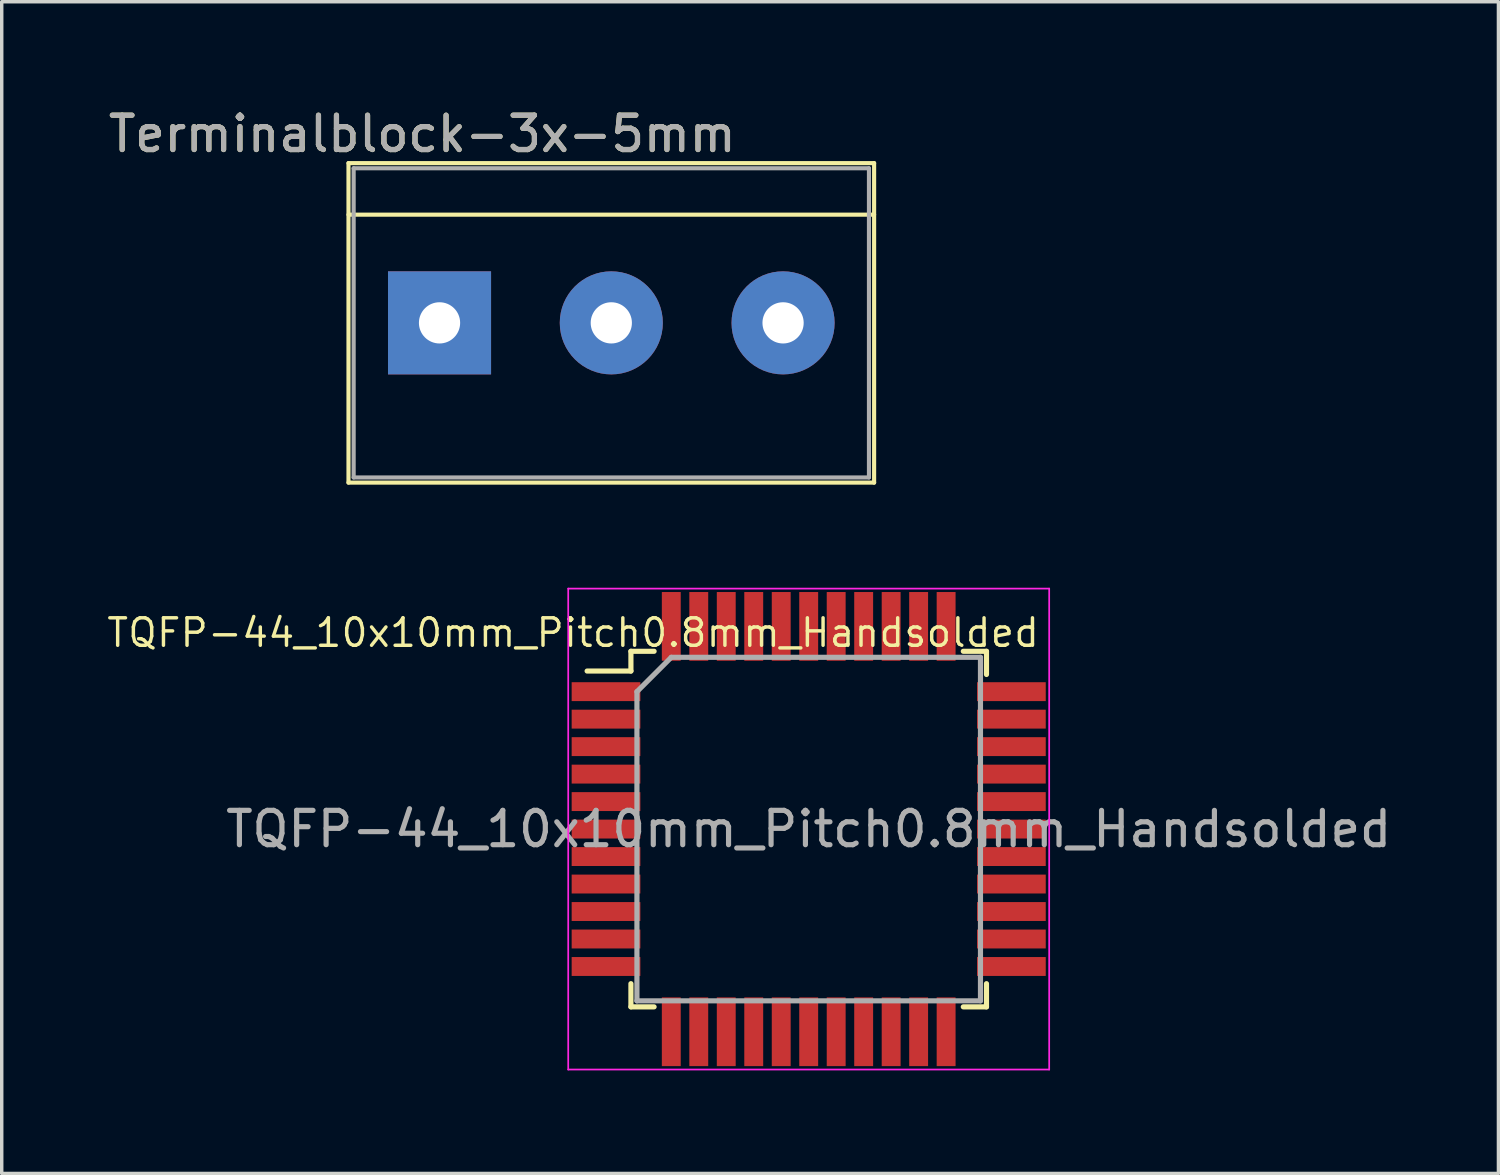
<source format=kicad_pcb>
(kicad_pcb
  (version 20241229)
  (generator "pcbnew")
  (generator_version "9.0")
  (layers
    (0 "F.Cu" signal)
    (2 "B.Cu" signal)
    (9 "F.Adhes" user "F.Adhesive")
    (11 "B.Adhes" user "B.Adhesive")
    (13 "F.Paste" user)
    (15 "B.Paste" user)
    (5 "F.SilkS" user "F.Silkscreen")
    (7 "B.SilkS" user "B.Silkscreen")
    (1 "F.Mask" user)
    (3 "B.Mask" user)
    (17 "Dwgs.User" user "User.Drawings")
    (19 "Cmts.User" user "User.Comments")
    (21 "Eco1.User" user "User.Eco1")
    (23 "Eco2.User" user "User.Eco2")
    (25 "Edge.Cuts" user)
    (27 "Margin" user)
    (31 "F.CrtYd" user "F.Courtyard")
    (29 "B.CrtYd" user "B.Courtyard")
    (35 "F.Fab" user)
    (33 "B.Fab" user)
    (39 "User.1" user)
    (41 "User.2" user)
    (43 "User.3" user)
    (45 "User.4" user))
  (footprint "Terminalblock-3x-5mm"
    (layer "F.Cu")
    (at 9.744 6.348)
    (property "Reference" "Terminalblock-3x-5mm" (at -0.5 -5.5 0) (layer "F.SilkS") (effects (font (size 1 1) (thickness 0.15))))
    (attr through_hole)
    (fp_line (start -2.65 -4.65) (end 12.65 -4.65) (stroke (width 0.12) (type solid)) (layer "F.SilkS"))
    (fp_line (start -2.65 -3.15) (end 12.65 -3.15) (stroke (width 0.12) (type solid)) (layer "F.SilkS"))
    (fp_line (start -2.65 4.65) (end -2.65 -4.65) (stroke (width 0.12) (type solid)) (layer "F.SilkS"))
    (fp_line (start 12.65 -4.65) (end 12.65 4.65) (stroke (width 0.12) (type solid)) (layer "F.SilkS"))
    (fp_line (start 12.65 4.65) (end -2.65 4.65) (stroke (width 0.12) (type solid)) (layer "F.SilkS"))
    (fp_line (start -2.5 -4.5) (end -2.5 4.5) (stroke (width 0.12) (type solid)) (layer "F.Fab"))
    (fp_line (start -2.5 4.5) (end 12.5 4.5) (stroke (width 0.12) (type solid)) (layer "F.Fab"))
    (fp_line (start 12.5 -4.5) (end -2.5 -4.5) (stroke (width 0.12) (type solid)) (layer "F.Fab"))
    (fp_line (start 12.5 4.5) (end 12.5 -4.5) (stroke (width 0.12) (type solid)) (layer "F.Fab"))
    (fp_text user "${REFERENCE}" (at -0.5 -5.5 0) (layer "F.Fab") (effects (font (size 1 1) (thickness 0.15))))
    (pad "1" thru_hole rect (at 0 0) (size 3 3) (drill 1.2) (layers "*.Cu" "*.Mask"))
    (pad "2" thru_hole circle (at 5 0) (size 3 3) (drill 1.2) (layers "*.Cu" "*.Mask"))
    (pad "3" thru_hole circle (at 10 0) (size 3 3) (drill 1.2) (layers "*.Cu" "*.Mask")))
  (footprint "TQFP-44_10x10mm_Pitch0.8mm_Handsolded"
    (layer "F.Cu")
    (at 20.49 21.083)
    (property "Reference" "TQFP-44_10x10mm_Pitch0.8mm_Handsolded" (at -6.858 -5.715 0) (layer "F.SilkS") (effects (font (size 0.8 0.8) (thickness 0.1))))
    (attr smd)
    (fp_line (start -5.175 -5.175) (end -5.175 -4.6) (stroke (width 0.15) (type solid)) (layer "F.SilkS"))
    (fp_line (start -5.175 -5.175) (end -4.5 -5.175) (stroke (width 0.15) (type solid)) (layer "F.SilkS"))
    (fp_line (start -5.175 -4.6) (end -6.45 -4.6) (stroke (width 0.15) (type solid)) (layer "F.SilkS"))
    (fp_line (start -5.175 5.175) (end -5.175 4.5) (stroke (width 0.15) (type solid)) (layer "F.SilkS"))
    (fp_line (start -5.175 5.175) (end -4.5 5.175) (stroke (width 0.15) (type solid)) (layer "F.SilkS"))
    (fp_line (start 5.175 -5.175) (end 4.5 -5.175) (stroke (width 0.15) (type solid)) (layer "F.SilkS"))
    (fp_line (start 5.175 -5.175) (end 5.175 -4.5) (stroke (width 0.15) (type solid)) (layer "F.SilkS"))
    (fp_line (start 5.175 5.175) (end 4.5 5.175) (stroke (width 0.15) (type solid)) (layer "F.SilkS"))
    (fp_line (start 5.175 5.175) (end 5.175 4.5) (stroke (width 0.15) (type solid)) (layer "F.SilkS"))
    (fp_line (start -7 -7) (end -7 7) (stroke (width 0.05) (type solid)) (layer "F.CrtYd"))
    (fp_line (start -7 -7) (end 7 -7) (stroke (width 0.05) (type solid)) (layer "F.CrtYd"))
    (fp_line (start -7 7) (end 7 7) (stroke (width 0.05) (type solid)) (layer "F.CrtYd"))
    (fp_line (start 7 -7) (end 7 7) (stroke (width 0.05) (type solid)) (layer "F.CrtYd"))
    (fp_line (start -5 -4) (end -4 -5) (stroke (width 0.15) (type solid)) (layer "F.Fab"))
    (fp_line (start -5 5) (end -5 -4) (stroke (width 0.15) (type solid)) (layer "F.Fab"))
    (fp_line (start -4 -5) (end 5 -5) (stroke (width 0.15) (type solid)) (layer "F.Fab"))
    (fp_line (start 5 -5) (end 5 5) (stroke (width 0.15) (type solid)) (layer "F.Fab"))
    (fp_line (start 5 5) (end -5 5) (stroke (width 0.15) (type solid)) (layer "F.Fab"))
    (fp_text user "${REFERENCE}" (at 0 0 0) (layer "F.Fab") (effects (font (size 1 1) (thickness 0.15))))
    (pad "1" smd rect (at -5.9 -4) (size 2 0.55) (layers "F.Cu" "F.Mask" "F.Paste"))
    (pad "2" smd rect (at -5.9 -3.2) (size 2 0.55) (layers "F.Cu" "F.Mask" "F.Paste"))
    (pad "3" smd rect (at -5.9 -2.4) (size 2 0.55) (layers "F.Cu" "F.Mask" "F.Paste"))
    (pad "4" smd rect (at -5.9 -1.6) (size 2 0.55) (layers "F.Cu" "F.Mask" "F.Paste"))
    (pad "5" smd rect (at -5.9 -0.8) (size 2 0.55) (layers "F.Cu" "F.Mask" "F.Paste"))
    (pad "6" smd rect (at -5.9 0) (size 2 0.55) (layers "F.Cu" "F.Mask" "F.Paste"))
    (pad "7" smd rect (at -5.9 0.8) (size 2 0.55) (layers "F.Cu" "F.Mask" "F.Paste"))
    (pad "8" smd rect (at -5.9 1.6) (size 2 0.55) (layers "F.Cu" "F.Mask" "F.Paste"))
    (pad "9" smd rect (at -5.9 2.4) (size 2 0.55) (layers "F.Cu" "F.Mask" "F.Paste"))
    (pad "10" smd rect (at -5.9 3.2) (size 2 0.55) (layers "F.Cu" "F.Mask" "F.Paste"))
    (pad "11" smd rect (at -5.9 4) (size 2 0.55) (layers "F.Cu" "F.Mask" "F.Paste"))
    (pad "12" smd rect (at -4 5.9 90) (size 2 0.55) (layers "F.Cu" "F.Mask" "F.Paste"))
    (pad "13" smd rect (at -3.2 5.9 90) (size 2 0.55) (layers "F.Cu" "F.Mask" "F.Paste"))
    (pad "14" smd rect (at -2.4 5.9 90) (size 2 0.55) (layers "F.Cu" "F.Mask" "F.Paste"))
    (pad "15" smd rect (at -1.6 5.9 90) (size 2 0.55) (layers "F.Cu" "F.Mask" "F.Paste"))
    (pad "16" smd rect (at -0.8 5.9 90) (size 2 0.55) (layers "F.Cu" "F.Mask" "F.Paste"))
    (pad "17" smd rect (at 0 5.9 90) (size 2 0.55) (layers "F.Cu" "F.Mask" "F.Paste"))
    (pad "18" smd rect (at 0.8 5.9 90) (size 2 0.55) (layers "F.Cu" "F.Mask" "F.Paste"))
    (pad "19" smd rect (at 1.6 5.9 90) (size 2 0.55) (layers "F.Cu" "F.Mask" "F.Paste"))
    (pad "20" smd rect (at 2.4 5.9 90) (size 2 0.55) (layers "F.Cu" "F.Mask" "F.Paste"))
    (pad "21" smd rect (at 3.2 5.9 90) (size 2 0.55) (layers "F.Cu" "F.Mask" "F.Paste"))
    (pad "22" smd rect (at 4 5.9 90) (size 2 0.55) (layers "F.Cu" "F.Mask" "F.Paste"))
    (pad "23" smd rect (at 5.9 4) (size 2 0.55) (layers "F.Cu" "F.Mask" "F.Paste"))
    (pad "24" smd rect (at 5.9 3.2) (size 2 0.55) (layers "F.Cu" "F.Mask" "F.Paste"))
    (pad "25" smd rect (at 5.9 2.4) (size 2 0.55) (layers "F.Cu" "F.Mask" "F.Paste"))
    (pad "26" smd rect (at 5.9 1.6) (size 2 0.55) (layers "F.Cu" "F.Mask" "F.Paste"))
    (pad "27" smd rect (at 5.9 0.8) (size 2 0.55) (layers "F.Cu" "F.Mask" "F.Paste"))
    (pad "28" smd rect (at 5.9 0) (size 2 0.55) (layers "F.Cu" "F.Mask" "F.Paste"))
    (pad "29" smd rect (at 5.9 -0.8) (size 2 0.55) (layers "F.Cu" "F.Mask" "F.Paste"))
    (pad "30" smd rect (at 5.9 -1.6) (size 2 0.55) (layers "F.Cu" "F.Mask" "F.Paste"))
    (pad "31" smd rect (at 5.9 -2.4) (size 2 0.55) (layers "F.Cu" "F.Mask" "F.Paste"))
    (pad "32" smd rect (at 5.9 -3.2) (size 2 0.55) (layers "F.Cu" "F.Mask" "F.Paste"))
    (pad "33" smd rect (at 5.9 -4) (size 2 0.55) (layers "F.Cu" "F.Mask" "F.Paste"))
    (pad "34" smd rect (at 4 -5.9 90) (size 2 0.55) (layers "F.Cu" "F.Mask" "F.Paste"))
    (pad "35" smd rect (at 3.2 -5.9 90) (size 2 0.55) (layers "F.Cu" "F.Mask" "F.Paste"))
    (pad "36" smd rect (at 2.4 -5.9 90) (size 2 0.55) (layers "F.Cu" "F.Mask" "F.Paste"))
    (pad "37" smd rect (at 1.6 -5.9 90) (size 2 0.55) (layers "F.Cu" "F.Mask" "F.Paste"))
    (pad "38" smd rect (at 0.8 -5.9 90) (size 2 0.55) (layers "F.Cu" "F.Mask" "F.Paste"))
    (pad "39" smd rect (at 0 -5.9 90) (size 2 0.55) (layers "F.Cu" "F.Mask" "F.Paste"))
    (pad "40" smd rect (at -0.8 -5.9 90) (size 2 0.55) (layers "F.Cu" "F.Mask" "F.Paste"))
    (pad "41" smd rect (at -1.6 -5.9 90) (size 2 0.55) (layers "F.Cu" "F.Mask" "F.Paste"))
    (pad "42" smd rect (at -2.4 -5.9 90) (size 2 0.55) (layers "F.Cu" "F.Mask" "F.Paste"))
    (pad "43" smd rect (at -3.2 -5.9 90) (size 2 0.55) (layers "F.Cu" "F.Mask" "F.Paste"))
    (pad "44" smd rect (at -4 -5.9 90) (size 2 0.55) (layers "F.Cu" "F.Mask" "F.Paste")))
  (gr_rect
    (start -3 -3)
    (end 40.567 31.108)
    (stroke (width 0.1) (type default))
    (fill no)
    (layer "Edge.Cuts")))
</source>
